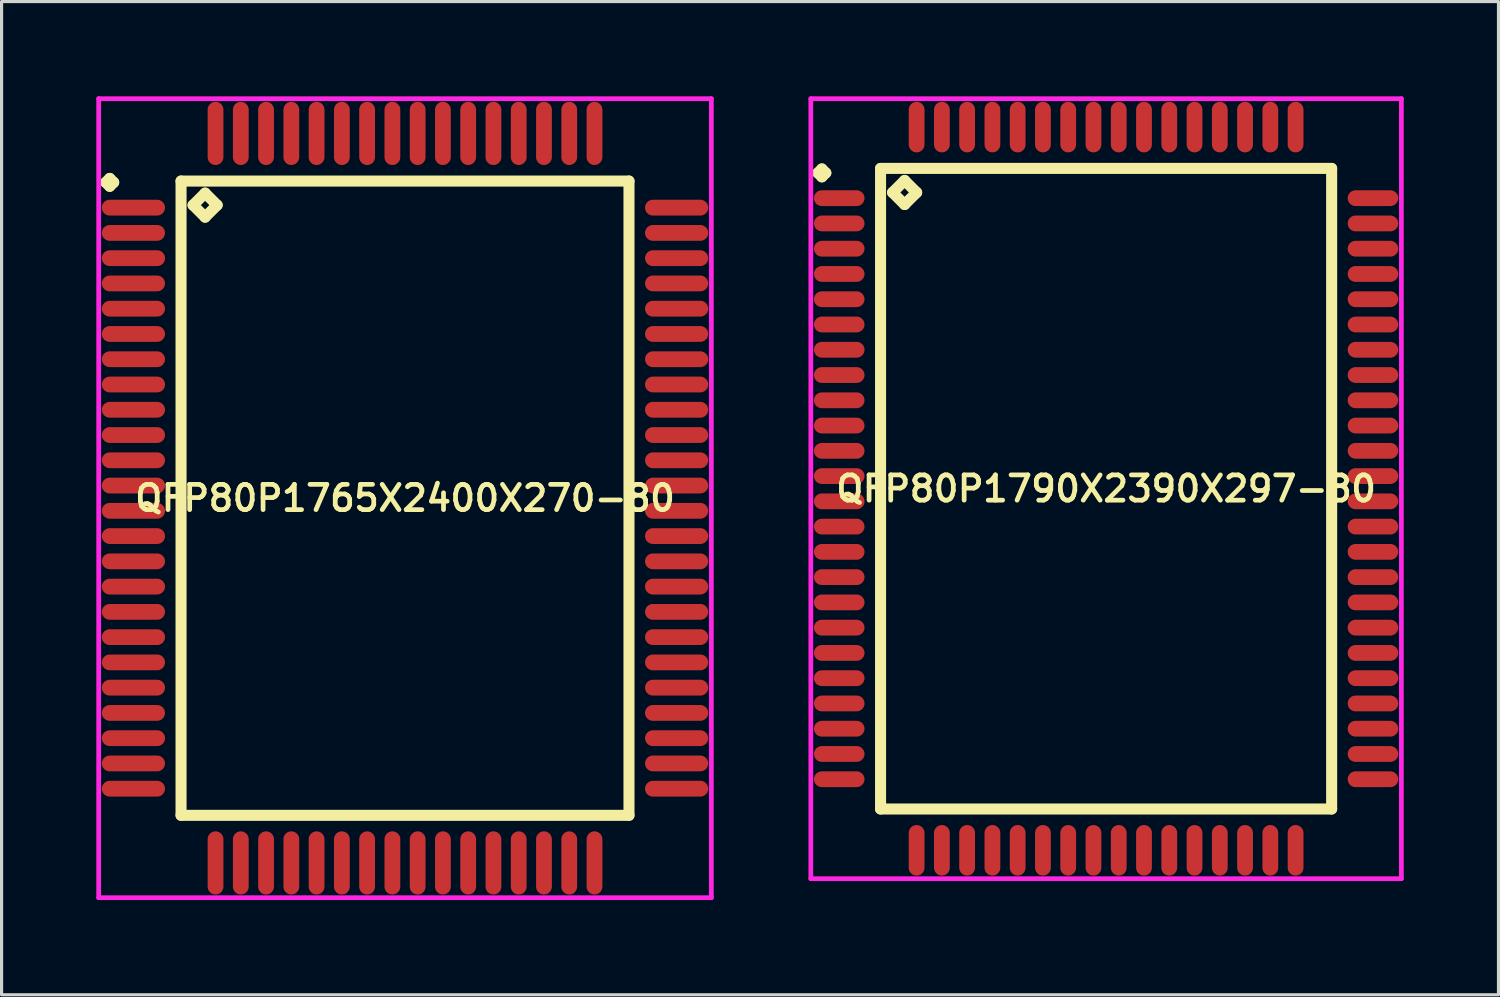
<source format=kicad_pcb>
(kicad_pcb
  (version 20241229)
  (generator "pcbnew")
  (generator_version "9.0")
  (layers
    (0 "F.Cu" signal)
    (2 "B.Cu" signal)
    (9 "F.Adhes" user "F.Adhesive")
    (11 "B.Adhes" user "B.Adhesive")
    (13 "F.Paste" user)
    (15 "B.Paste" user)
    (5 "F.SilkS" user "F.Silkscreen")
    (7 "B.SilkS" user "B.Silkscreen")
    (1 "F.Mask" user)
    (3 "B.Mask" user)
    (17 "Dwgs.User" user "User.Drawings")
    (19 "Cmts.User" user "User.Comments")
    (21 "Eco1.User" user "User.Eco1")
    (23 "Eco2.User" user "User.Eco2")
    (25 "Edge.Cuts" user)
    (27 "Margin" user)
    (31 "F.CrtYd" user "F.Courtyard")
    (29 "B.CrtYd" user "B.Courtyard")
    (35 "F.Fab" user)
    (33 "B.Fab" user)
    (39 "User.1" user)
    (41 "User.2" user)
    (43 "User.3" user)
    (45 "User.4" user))
  (footprint "QFP80P1765X2400X270-80"
    (layer "F.Cu")
    (at 9.775 12.725)
    (property "Reference" "QFP80P1765X2400X270-80" (at 0 0 0) (layer "F.SilkS") (effects (font (size 0.8 0.8) (thickness 0.15))))
    (attr smd)
    (fp_line (start -9.475 -10) (end -9.35 -10.125) (stroke (width 0.35) (type solid)) (layer "F.SilkS"))
    (fp_line (start -9.35 -10.125) (end -9.225 -10) (stroke (width 0.35) (type solid)) (layer "F.SilkS"))
    (fp_line (start -9.35 -9.875) (end -9.475 -10) (stroke (width 0.35) (type solid)) (layer "F.SilkS"))
    (fp_line (start -9.225 -10) (end -9.35 -9.875) (stroke (width 0.35) (type solid)) (layer "F.SilkS"))
    (fp_line (start -7.092 -10.042) (end -7.092 10.042) (stroke (width 0.35) (type solid)) (layer "F.SilkS"))
    (fp_line (start -7.092 10.042) (end 7.092 10.042) (stroke (width 0.35) (type solid)) (layer "F.SilkS"))
    (fp_line (start -6.711 -9.28) (end -6.33 -9.661) (stroke (width 0.35) (type solid)) (layer "F.SilkS"))
    (fp_line (start -6.33 -9.661) (end -5.949 -9.28) (stroke (width 0.35) (type solid)) (layer "F.SilkS"))
    (fp_line (start -6.33 -8.899) (end -6.711 -9.28) (stroke (width 0.35) (type solid)) (layer "F.SilkS"))
    (fp_line (start -5.949 -9.28) (end -6.33 -8.899) (stroke (width 0.35) (type solid)) (layer "F.SilkS"))
    (fp_line (start 7.092 -10.042) (end -7.092 -10.042) (stroke (width 0.35) (type solid)) (layer "F.SilkS"))
    (fp_line (start 7.092 10.042) (end 7.092 -10.042) (stroke (width 0.35) (type solid)) (layer "F.SilkS"))
    (fp_line (start -9.7 -12.65) (end 9.7 -12.65) (stroke (width 0.15) (type solid)) (layer "F.CrtYd"))
    (fp_line (start -9.7 12.65) (end -9.7 -12.65) (stroke (width 0.15) (type solid)) (layer "F.CrtYd"))
    (fp_line (start 9.7 -12.65) (end 9.7 12.65) (stroke (width 0.15) (type solid)) (layer "F.CrtYd"))
    (fp_line (start 9.7 12.65) (end -9.7 12.65) (stroke (width 0.15) (type solid)) (layer "F.CrtYd"))
    (pad "1" smd oval (at -8.6 -9.2) (size 2 0.5) (layers "F.Cu" "F.Mask" "F.Paste"))
    (pad "2" smd oval (at -8.6 -8.4) (size 2 0.5) (layers "F.Cu" "F.Mask" "F.Paste"))
    (pad "3" smd oval (at -8.6 -7.6) (size 2 0.5) (layers "F.Cu" "F.Mask" "F.Paste"))
    (pad "4" smd oval (at -8.6 -6.8) (size 2 0.5) (layers "F.Cu" "F.Mask" "F.Paste"))
    (pad "5" smd oval (at -8.6 -6) (size 2 0.5) (layers "F.Cu" "F.Mask" "F.Paste"))
    (pad "6" smd oval (at -8.6 -5.2) (size 2 0.5) (layers "F.Cu" "F.Mask" "F.Paste"))
    (pad "7" smd oval (at -8.6 -4.4) (size 2 0.5) (layers "F.Cu" "F.Mask" "F.Paste"))
    (pad "8" smd oval (at -8.6 -3.6) (size 2 0.5) (layers "F.Cu" "F.Mask" "F.Paste"))
    (pad "9" smd oval (at -8.6 -2.8) (size 2 0.5) (layers "F.Cu" "F.Mask" "F.Paste"))
    (pad "10" smd oval (at -8.6 -2) (size 2 0.5) (layers "F.Cu" "F.Mask" "F.Paste"))
    (pad "11" smd oval (at -8.6 -1.2) (size 2 0.5) (layers "F.Cu" "F.Mask" "F.Paste"))
    (pad "12" smd oval (at -8.6 -0.4) (size 2 0.5) (layers "F.Cu" "F.Mask" "F.Paste"))
    (pad "13" smd oval (at -8.6 0.4) (size 2 0.5) (layers "F.Cu" "F.Mask" "F.Paste"))
    (pad "14" smd oval (at -8.6 1.2) (size 2 0.5) (layers "F.Cu" "F.Mask" "F.Paste"))
    (pad "15" smd oval (at -8.6 2) (size 2 0.5) (layers "F.Cu" "F.Mask" "F.Paste"))
    (pad "16" smd oval (at -8.6 2.8) (size 2 0.5) (layers "F.Cu" "F.Mask" "F.Paste"))
    (pad "17" smd oval (at -8.6 3.6) (size 2 0.5) (layers "F.Cu" "F.Mask" "F.Paste"))
    (pad "18" smd oval (at -8.6 4.4) (size 2 0.5) (layers "F.Cu" "F.Mask" "F.Paste"))
    (pad "19" smd oval (at -8.6 5.2) (size 2 0.5) (layers "F.Cu" "F.Mask" "F.Paste"))
    (pad "20" smd oval (at -8.6 6) (size 2 0.5) (layers "F.Cu" "F.Mask" "F.Paste"))
    (pad "21" smd oval (at -8.6 6.8) (size 2 0.5) (layers "F.Cu" "F.Mask" "F.Paste"))
    (pad "22" smd oval (at -8.6 7.6) (size 2 0.5) (layers "F.Cu" "F.Mask" "F.Paste"))
    (pad "23" smd oval (at -8.6 8.4) (size 2 0.5) (layers "F.Cu" "F.Mask" "F.Paste"))
    (pad "24" smd oval (at -8.6 9.2) (size 2 0.5) (layers "F.Cu" "F.Mask" "F.Paste"))
    (pad "25" smd oval (at -6 11.55) (size 0.5 2) (layers "F.Cu" "F.Mask" "F.Paste"))
    (pad "26" smd oval (at -5.2 11.55) (size 0.5 2) (layers "F.Cu" "F.Mask" "F.Paste"))
    (pad "27" smd oval (at -4.4 11.55) (size 0.5 2) (layers "F.Cu" "F.Mask" "F.Paste"))
    (pad "28" smd oval (at -3.6 11.55) (size 0.5 2) (layers "F.Cu" "F.Mask" "F.Paste"))
    (pad "29" smd oval (at -2.8 11.55) (size 0.5 2) (layers "F.Cu" "F.Mask" "F.Paste"))
    (pad "30" smd oval (at -2 11.55) (size 0.5 2) (layers "F.Cu" "F.Mask" "F.Paste"))
    (pad "31" smd oval (at -1.2 11.55) (size 0.5 2) (layers "F.Cu" "F.Mask" "F.Paste"))
    (pad "32" smd oval (at -0.4 11.55) (size 0.5 2) (layers "F.Cu" "F.Mask" "F.Paste"))
    (pad "33" smd oval (at 0.4 11.55) (size 0.5 2) (layers "F.Cu" "F.Mask" "F.Paste"))
    (pad "34" smd oval (at 1.2 11.55) (size 0.5 2) (layers "F.Cu" "F.Mask" "F.Paste"))
    (pad "35" smd oval (at 2 11.55) (size 0.5 2) (layers "F.Cu" "F.Mask" "F.Paste"))
    (pad "36" smd oval (at 2.8 11.55) (size 0.5 2) (layers "F.Cu" "F.Mask" "F.Paste"))
    (pad "37" smd oval (at 3.6 11.55) (size 0.5 2) (layers "F.Cu" "F.Mask" "F.Paste"))
    (pad "38" smd oval (at 4.4 11.55) (size 0.5 2) (layers "F.Cu" "F.Mask" "F.Paste"))
    (pad "39" smd oval (at 5.2 11.55) (size 0.5 2) (layers "F.Cu" "F.Mask" "F.Paste"))
    (pad "40" smd oval (at 6 11.55) (size 0.5 2) (layers "F.Cu" "F.Mask" "F.Paste"))
    (pad "41" smd oval (at 8.6 9.2) (size 2 0.5) (layers "F.Cu" "F.Mask" "F.Paste"))
    (pad "42" smd oval (at 8.6 8.4) (size 2 0.5) (layers "F.Cu" "F.Mask" "F.Paste"))
    (pad "43" smd oval (at 8.6 7.6) (size 2 0.5) (layers "F.Cu" "F.Mask" "F.Paste"))
    (pad "44" smd oval (at 8.6 6.8) (size 2 0.5) (layers "F.Cu" "F.Mask" "F.Paste"))
    (pad "45" smd oval (at 8.6 6) (size 2 0.5) (layers "F.Cu" "F.Mask" "F.Paste"))
    (pad "46" smd oval (at 8.6 5.2) (size 2 0.5) (layers "F.Cu" "F.Mask" "F.Paste"))
    (pad "47" smd oval (at 8.6 4.4) (size 2 0.5) (layers "F.Cu" "F.Mask" "F.Paste"))
    (pad "48" smd oval (at 8.6 3.6) (size 2 0.5) (layers "F.Cu" "F.Mask" "F.Paste"))
    (pad "49" smd oval (at 8.6 2.8) (size 2 0.5) (layers "F.Cu" "F.Mask" "F.Paste"))
    (pad "50" smd oval (at 8.6 2) (size 2 0.5) (layers "F.Cu" "F.Mask" "F.Paste"))
    (pad "51" smd oval (at 8.6 1.2) (size 2 0.5) (layers "F.Cu" "F.Mask" "F.Paste"))
    (pad "52" smd oval (at 8.6 0.4) (size 2 0.5) (layers "F.Cu" "F.Mask" "F.Paste"))
    (pad "53" smd oval (at 8.6 -0.4) (size 2 0.5) (layers "F.Cu" "F.Mask" "F.Paste"))
    (pad "54" smd oval (at 8.6 -1.2) (size 2 0.5) (layers "F.Cu" "F.Mask" "F.Paste"))
    (pad "55" smd oval (at 8.6 -2) (size 2 0.5) (layers "F.Cu" "F.Mask" "F.Paste"))
    (pad "56" smd oval (at 8.6 -2.8) (size 2 0.5) (layers "F.Cu" "F.Mask" "F.Paste"))
    (pad "57" smd oval (at 8.6 -3.6) (size 2 0.5) (layers "F.Cu" "F.Mask" "F.Paste"))
    (pad "58" smd oval (at 8.6 -4.4) (size 2 0.5) (layers "F.Cu" "F.Mask" "F.Paste"))
    (pad "59" smd oval (at 8.6 -5.2) (size 2 0.5) (layers "F.Cu" "F.Mask" "F.Paste"))
    (pad "60" smd oval (at 8.6 -6) (size 2 0.5) (layers "F.Cu" "F.Mask" "F.Paste"))
    (pad "61" smd oval (at 8.6 -6.8) (size 2 0.5) (layers "F.Cu" "F.Mask" "F.Paste"))
    (pad "62" smd oval (at 8.6 -7.6) (size 2 0.5) (layers "F.Cu" "F.Mask" "F.Paste"))
    (pad "63" smd oval (at 8.6 -8.4) (size 2 0.5) (layers "F.Cu" "F.Mask" "F.Paste"))
    (pad "64" smd oval (at 8.6 -9.2) (size 2 0.5) (layers "F.Cu" "F.Mask" "F.Paste"))
    (pad "65" smd oval (at 6 -11.55) (size 0.5 2) (layers "F.Cu" "F.Mask" "F.Paste"))
    (pad "66" smd oval (at 5.2 -11.55) (size 0.5 2) (layers "F.Cu" "F.Mask" "F.Paste"))
    (pad "67" smd oval (at 4.4 -11.55) (size 0.5 2) (layers "F.Cu" "F.Mask" "F.Paste"))
    (pad "68" smd oval (at 3.6 -11.55) (size 0.5 2) (layers "F.Cu" "F.Mask" "F.Paste"))
    (pad "69" smd oval (at 2.8 -11.55) (size 0.5 2) (layers "F.Cu" "F.Mask" "F.Paste"))
    (pad "70" smd oval (at 2 -11.55) (size 0.5 2) (layers "F.Cu" "F.Mask" "F.Paste"))
    (pad "71" smd oval (at 1.2 -11.55) (size 0.5 2) (layers "F.Cu" "F.Mask" "F.Paste"))
    (pad "72" smd oval (at 0.4 -11.55) (size 0.5 2) (layers "F.Cu" "F.Mask" "F.Paste"))
    (pad "73" smd oval (at -0.4 -11.55) (size 0.5 2) (layers "F.Cu" "F.Mask" "F.Paste"))
    (pad "74" smd oval (at -1.2 -11.55) (size 0.5 2) (layers "F.Cu" "F.Mask" "F.Paste"))
    (pad "75" smd oval (at -2 -11.55) (size 0.5 2) (layers "F.Cu" "F.Mask" "F.Paste"))
    (pad "76" smd oval (at -2.8 -11.55) (size 0.5 2) (layers "F.Cu" "F.Mask" "F.Paste"))
    (pad "77" smd oval (at -3.6 -11.55) (size 0.5 2) (layers "F.Cu" "F.Mask" "F.Paste"))
    (pad "78" smd oval (at -4.4 -11.55) (size 0.5 2) (layers "F.Cu" "F.Mask" "F.Paste"))
    (pad "79" smd oval (at -5.2 -11.55) (size 0.5 2) (layers "F.Cu" "F.Mask" "F.Paste"))
    (pad "80" smd oval (at -6 -11.55) (size 0.5 2) (layers "F.Cu" "F.Mask" "F.Paste")))
  (footprint "QFP80P1790X2390X297-80"
    (layer "F.Cu")
    (at 31.975 12.425)
    (property "Reference" "QFP80P1790X2390X297-80" (at 0 0 0) (layer "F.SilkS") (effects (font (size 0.8 0.8) (thickness 0.15))))
    (attr smd)
    (fp_line (start -9.125 -10) (end -9 -10.125) (stroke (width 0.35) (type solid)) (layer "F.SilkS"))
    (fp_line (start -9 -10.125) (end -8.875 -10) (stroke (width 0.35) (type solid)) (layer "F.SilkS"))
    (fp_line (start -9 -9.875) (end -9.125 -10) (stroke (width 0.35) (type solid)) (layer "F.SilkS"))
    (fp_line (start -8.875 -10) (end -9 -9.875) (stroke (width 0.35) (type solid)) (layer "F.SilkS"))
    (fp_line (start -7.142 -10.142) (end -7.142 10.142) (stroke (width 0.35) (type solid)) (layer "F.SilkS"))
    (fp_line (start -7.142 10.142) (end 7.142 10.142) (stroke (width 0.35) (type solid)) (layer "F.SilkS"))
    (fp_line (start -6.761 -9.38) (end -6.38 -9.761) (stroke (width 0.35) (type solid)) (layer "F.SilkS"))
    (fp_line (start -6.38 -9.761) (end -5.999 -9.38) (stroke (width 0.35) (type solid)) (layer "F.SilkS"))
    (fp_line (start -6.38 -8.999) (end -6.761 -9.38) (stroke (width 0.35) (type solid)) (layer "F.SilkS"))
    (fp_line (start -5.999 -9.38) (end -6.38 -8.999) (stroke (width 0.35) (type solid)) (layer "F.SilkS"))
    (fp_line (start 7.142 -10.142) (end -7.142 -10.142) (stroke (width 0.35) (type solid)) (layer "F.SilkS"))
    (fp_line (start 7.142 10.142) (end 7.142 -10.142) (stroke (width 0.35) (type solid)) (layer "F.SilkS"))
    (fp_line (start -9.35 -12.35) (end 9.35 -12.35) (stroke (width 0.15) (type solid)) (layer "F.CrtYd"))
    (fp_line (start -9.35 12.35) (end -9.35 -12.35) (stroke (width 0.15) (type solid)) (layer "F.CrtYd"))
    (fp_line (start 9.35 -12.35) (end 9.35 12.35) (stroke (width 0.15) (type solid)) (layer "F.CrtYd"))
    (fp_line (start 9.35 12.35) (end -9.35 12.35) (stroke (width 0.15) (type solid)) (layer "F.CrtYd"))
    (pad "1" smd oval (at -8.45 -9.2) (size 1.6 0.5) (layers "F.Cu" "F.Mask" "F.Paste"))
    (pad "2" smd oval (at -8.45 -8.4) (size 1.6 0.5) (layers "F.Cu" "F.Mask" "F.Paste"))
    (pad "3" smd oval (at -8.45 -7.6) (size 1.6 0.5) (layers "F.Cu" "F.Mask" "F.Paste"))
    (pad "4" smd oval (at -8.45 -6.8) (size 1.6 0.5) (layers "F.Cu" "F.Mask" "F.Paste"))
    (pad "5" smd oval (at -8.45 -6) (size 1.6 0.5) (layers "F.Cu" "F.Mask" "F.Paste"))
    (pad "6" smd oval (at -8.45 -5.2) (size 1.6 0.5) (layers "F.Cu" "F.Mask" "F.Paste"))
    (pad "7" smd oval (at -8.45 -4.4) (size 1.6 0.5) (layers "F.Cu" "F.Mask" "F.Paste"))
    (pad "8" smd oval (at -8.45 -3.6) (size 1.6 0.5) (layers "F.Cu" "F.Mask" "F.Paste"))
    (pad "9" smd oval (at -8.45 -2.8) (size 1.6 0.5) (layers "F.Cu" "F.Mask" "F.Paste"))
    (pad "10" smd oval (at -8.45 -2) (size 1.6 0.5) (layers "F.Cu" "F.Mask" "F.Paste"))
    (pad "11" smd oval (at -8.45 -1.2) (size 1.6 0.5) (layers "F.Cu" "F.Mask" "F.Paste"))
    (pad "12" smd oval (at -8.45 -0.4) (size 1.6 0.5) (layers "F.Cu" "F.Mask" "F.Paste"))
    (pad "13" smd oval (at -8.45 0.4) (size 1.6 0.5) (layers "F.Cu" "F.Mask" "F.Paste"))
    (pad "14" smd oval (at -8.45 1.2) (size 1.6 0.5) (layers "F.Cu" "F.Mask" "F.Paste"))
    (pad "15" smd oval (at -8.45 2) (size 1.6 0.5) (layers "F.Cu" "F.Mask" "F.Paste"))
    (pad "16" smd oval (at -8.45 2.8) (size 1.6 0.5) (layers "F.Cu" "F.Mask" "F.Paste"))
    (pad "17" smd oval (at -8.45 3.6) (size 1.6 0.5) (layers "F.Cu" "F.Mask" "F.Paste"))
    (pad "18" smd oval (at -8.45 4.4) (size 1.6 0.5) (layers "F.Cu" "F.Mask" "F.Paste"))
    (pad "19" smd oval (at -8.45 5.2) (size 1.6 0.5) (layers "F.Cu" "F.Mask" "F.Paste"))
    (pad "20" smd oval (at -8.45 6) (size 1.6 0.5) (layers "F.Cu" "F.Mask" "F.Paste"))
    (pad "21" smd oval (at -8.45 6.8) (size 1.6 0.5) (layers "F.Cu" "F.Mask" "F.Paste"))
    (pad "22" smd oval (at -8.45 7.6) (size 1.6 0.5) (layers "F.Cu" "F.Mask" "F.Paste"))
    (pad "23" smd oval (at -8.45 8.4) (size 1.6 0.5) (layers "F.Cu" "F.Mask" "F.Paste"))
    (pad "24" smd oval (at -8.45 9.2) (size 1.6 0.5) (layers "F.Cu" "F.Mask" "F.Paste"))
    (pad "25" smd oval (at -6 11.45) (size 0.5 1.6) (layers "F.Cu" "F.Mask" "F.Paste"))
    (pad "26" smd oval (at -5.2 11.45) (size 0.5 1.6) (layers "F.Cu" "F.Mask" "F.Paste"))
    (pad "27" smd oval (at -4.4 11.45) (size 0.5 1.6) (layers "F.Cu" "F.Mask" "F.Paste"))
    (pad "28" smd oval (at -3.6 11.45) (size 0.5 1.6) (layers "F.Cu" "F.Mask" "F.Paste"))
    (pad "29" smd oval (at -2.8 11.45) (size 0.5 1.6) (layers "F.Cu" "F.Mask" "F.Paste"))
    (pad "30" smd oval (at -2 11.45) (size 0.5 1.6) (layers "F.Cu" "F.Mask" "F.Paste"))
    (pad "31" smd oval (at -1.2 11.45) (size 0.5 1.6) (layers "F.Cu" "F.Mask" "F.Paste"))
    (pad "32" smd oval (at -0.4 11.45) (size 0.5 1.6) (layers "F.Cu" "F.Mask" "F.Paste"))
    (pad "33" smd oval (at 0.4 11.45) (size 0.5 1.6) (layers "F.Cu" "F.Mask" "F.Paste"))
    (pad "34" smd oval (at 1.2 11.45) (size 0.5 1.6) (layers "F.Cu" "F.Mask" "F.Paste"))
    (pad "35" smd oval (at 2 11.45) (size 0.5 1.6) (layers "F.Cu" "F.Mask" "F.Paste"))
    (pad "36" smd oval (at 2.8 11.45) (size 0.5 1.6) (layers "F.Cu" "F.Mask" "F.Paste"))
    (pad "37" smd oval (at 3.6 11.45) (size 0.5 1.6) (layers "F.Cu" "F.Mask" "F.Paste"))
    (pad "38" smd oval (at 4.4 11.45) (size 0.5 1.6) (layers "F.Cu" "F.Mask" "F.Paste"))
    (pad "39" smd oval (at 5.2 11.45) (size 0.5 1.6) (layers "F.Cu" "F.Mask" "F.Paste"))
    (pad "40" smd oval (at 6 11.45) (size 0.5 1.6) (layers "F.Cu" "F.Mask" "F.Paste"))
    (pad "41" smd oval (at 8.45 9.2) (size 1.6 0.5) (layers "F.Cu" "F.Mask" "F.Paste"))
    (pad "42" smd oval (at 8.45 8.4) (size 1.6 0.5) (layers "F.Cu" "F.Mask" "F.Paste"))
    (pad "43" smd oval (at 8.45 7.6) (size 1.6 0.5) (layers "F.Cu" "F.Mask" "F.Paste"))
    (pad "44" smd oval (at 8.45 6.8) (size 1.6 0.5) (layers "F.Cu" "F.Mask" "F.Paste"))
    (pad "45" smd oval (at 8.45 6) (size 1.6 0.5) (layers "F.Cu" "F.Mask" "F.Paste"))
    (pad "46" smd oval (at 8.45 5.2) (size 1.6 0.5) (layers "F.Cu" "F.Mask" "F.Paste"))
    (pad "47" smd oval (at 8.45 4.4) (size 1.6 0.5) (layers "F.Cu" "F.Mask" "F.Paste"))
    (pad "48" smd oval (at 8.45 3.6) (size 1.6 0.5) (layers "F.Cu" "F.Mask" "F.Paste"))
    (pad "49" smd oval (at 8.45 2.8) (size 1.6 0.5) (layers "F.Cu" "F.Mask" "F.Paste"))
    (pad "50" smd oval (at 8.45 2) (size 1.6 0.5) (layers "F.Cu" "F.Mask" "F.Paste"))
    (pad "51" smd oval (at 8.45 1.2) (size 1.6 0.5) (layers "F.Cu" "F.Mask" "F.Paste"))
    (pad "52" smd oval (at 8.45 0.4) (size 1.6 0.5) (layers "F.Cu" "F.Mask" "F.Paste"))
    (pad "53" smd oval (at 8.45 -0.4) (size 1.6 0.5) (layers "F.Cu" "F.Mask" "F.Paste"))
    (pad "54" smd oval (at 8.45 -1.2) (size 1.6 0.5) (layers "F.Cu" "F.Mask" "F.Paste"))
    (pad "55" smd oval (at 8.45 -2) (size 1.6 0.5) (layers "F.Cu" "F.Mask" "F.Paste"))
    (pad "56" smd oval (at 8.45 -2.8) (size 1.6 0.5) (layers "F.Cu" "F.Mask" "F.Paste"))
    (pad "57" smd oval (at 8.45 -3.6) (size 1.6 0.5) (layers "F.Cu" "F.Mask" "F.Paste"))
    (pad "58" smd oval (at 8.45 -4.4) (size 1.6 0.5) (layers "F.Cu" "F.Mask" "F.Paste"))
    (pad "59" smd oval (at 8.45 -5.2) (size 1.6 0.5) (layers "F.Cu" "F.Mask" "F.Paste"))
    (pad "60" smd oval (at 8.45 -6) (size 1.6 0.5) (layers "F.Cu" "F.Mask" "F.Paste"))
    (pad "61" smd oval (at 8.45 -6.8) (size 1.6 0.5) (layers "F.Cu" "F.Mask" "F.Paste"))
    (pad "62" smd oval (at 8.45 -7.6) (size 1.6 0.5) (layers "F.Cu" "F.Mask" "F.Paste"))
    (pad "63" smd oval (at 8.45 -8.4) (size 1.6 0.5) (layers "F.Cu" "F.Mask" "F.Paste"))
    (pad "64" smd oval (at 8.45 -9.2) (size 1.6 0.5) (layers "F.Cu" "F.Mask" "F.Paste"))
    (pad "65" smd oval (at 6 -11.45) (size 0.5 1.6) (layers "F.Cu" "F.Mask" "F.Paste"))
    (pad "66" smd oval (at 5.2 -11.45) (size 0.5 1.6) (layers "F.Cu" "F.Mask" "F.Paste"))
    (pad "67" smd oval (at 4.4 -11.45) (size 0.5 1.6) (layers "F.Cu" "F.Mask" "F.Paste"))
    (pad "68" smd oval (at 3.6 -11.45) (size 0.5 1.6) (layers "F.Cu" "F.Mask" "F.Paste"))
    (pad "69" smd oval (at 2.8 -11.45) (size 0.5 1.6) (layers "F.Cu" "F.Mask" "F.Paste"))
    (pad "70" smd oval (at 2 -11.45) (size 0.5 1.6) (layers "F.Cu" "F.Mask" "F.Paste"))
    (pad "71" smd oval (at 1.2 -11.45) (size 0.5 1.6) (layers "F.Cu" "F.Mask" "F.Paste"))
    (pad "72" smd oval (at 0.4 -11.45) (size 0.5 1.6) (layers "F.Cu" "F.Mask" "F.Paste"))
    (pad "73" smd oval (at -0.4 -11.45) (size 0.5 1.6) (layers "F.Cu" "F.Mask" "F.Paste"))
    (pad "74" smd oval (at -1.2 -11.45) (size 0.5 1.6) (layers "F.Cu" "F.Mask" "F.Paste"))
    (pad "75" smd oval (at -2 -11.45) (size 0.5 1.6) (layers "F.Cu" "F.Mask" "F.Paste"))
    (pad "76" smd oval (at -2.8 -11.45) (size 0.5 1.6) (layers "F.Cu" "F.Mask" "F.Paste"))
    (pad "77" smd oval (at -3.6 -11.45) (size 0.5 1.6) (layers "F.Cu" "F.Mask" "F.Paste"))
    (pad "78" smd oval (at -4.4 -11.45) (size 0.5 1.6) (layers "F.Cu" "F.Mask" "F.Paste"))
    (pad "79" smd oval (at -5.2 -11.45) (size 0.5 1.6) (layers "F.Cu" "F.Mask" "F.Paste"))
    (pad "80" smd oval (at -6 -11.45) (size 0.5 1.6) (layers "F.Cu" "F.Mask" "F.Paste")))
  (gr_rect
    (start -3 -3)
    (end 44.4 28.45)
    (stroke (width 0.1) (type default))
    (fill no)
    (layer "Edge.Cuts")))
</source>
